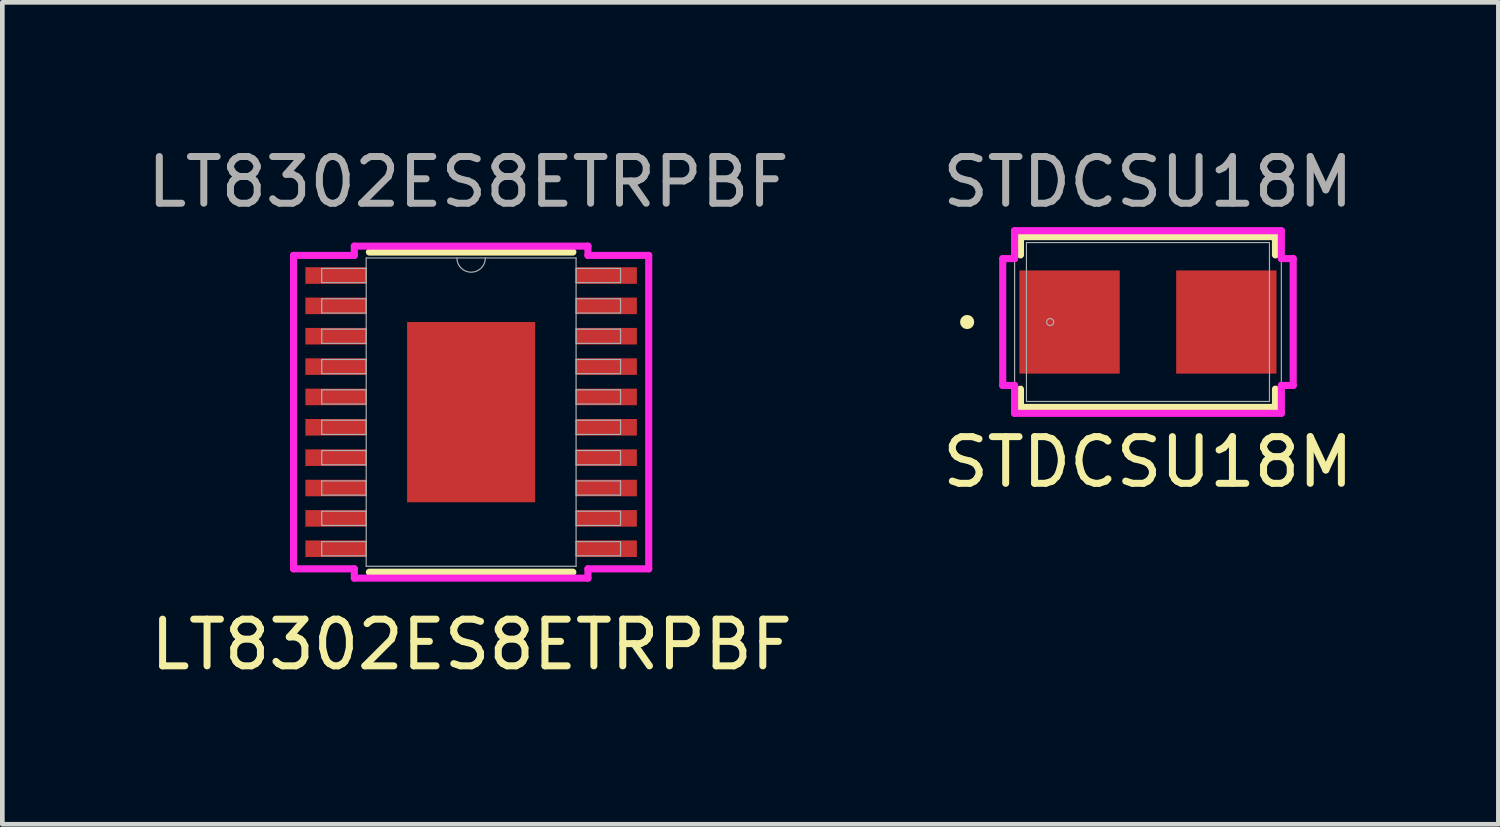
<source format=kicad_pcb>
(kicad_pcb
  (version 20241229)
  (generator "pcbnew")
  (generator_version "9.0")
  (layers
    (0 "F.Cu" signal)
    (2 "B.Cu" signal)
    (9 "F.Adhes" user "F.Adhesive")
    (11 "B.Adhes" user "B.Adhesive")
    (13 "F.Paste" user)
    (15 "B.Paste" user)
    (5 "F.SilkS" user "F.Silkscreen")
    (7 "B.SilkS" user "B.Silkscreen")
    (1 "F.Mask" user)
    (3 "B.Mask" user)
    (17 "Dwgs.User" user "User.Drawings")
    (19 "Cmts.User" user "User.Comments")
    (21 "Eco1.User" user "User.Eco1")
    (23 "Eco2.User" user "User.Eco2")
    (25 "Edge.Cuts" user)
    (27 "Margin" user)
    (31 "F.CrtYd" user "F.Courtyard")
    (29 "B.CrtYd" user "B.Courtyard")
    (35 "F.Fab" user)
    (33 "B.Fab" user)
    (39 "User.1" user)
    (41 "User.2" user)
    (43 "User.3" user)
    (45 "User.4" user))
  (footprint "STDCSU18M"
    (layer "F.Cu")
    (at 21.54 3.848)
    (property "Reference" "STDCSU18M" (at 0 3 0) (unlocked yes) (layer "F.SilkS") (effects (font (size 1 1) (thickness 0.15))))
    (attr smd)
    (fp_line (start -2.731 -1.829) (end -2.731 -1.438) (stroke (width 0.152) (type solid)) (layer "F.SilkS"))
    (fp_line (start -2.731 1.438) (end -2.731 1.829) (stroke (width 0.152) (type solid)) (layer "F.SilkS"))
    (fp_line (start -2.731 1.829) (end 2.731 1.829) (stroke (width 0.152) (type solid)) (layer "F.SilkS"))
    (fp_line (start 2.731 -1.829) (end -2.731 -1.829) (stroke (width 0.152) (type solid)) (layer "F.SilkS"))
    (fp_line (start 2.731 -1.438) (end 2.731 -1.829) (stroke (width 0.152) (type solid)) (layer "F.SilkS"))
    (fp_line (start 2.731 1.829) (end 2.731 1.438) (stroke (width 0.152) (type solid)) (layer "F.SilkS"))
    (fp_circle (center -3.873 0) (end -3.797 0) (stroke (width 0.152) (type solid)) (fill no) (layer "F.SilkS"))
    (fp_line (start -3.111 -1.359) (end -2.857 -1.359) (stroke (width 0.152) (type solid)) (layer "F.CrtYd"))
    (fp_line (start -3.111 1.359) (end -3.111 -1.359) (stroke (width 0.152) (type solid)) (layer "F.CrtYd"))
    (fp_line (start -2.857 -1.956) (end 2.857 -1.956) (stroke (width 0.152) (type solid)) (layer "F.CrtYd"))
    (fp_line (start -2.857 -1.359) (end -2.857 -1.956) (stroke (width 0.152) (type solid)) (layer "F.CrtYd"))
    (fp_line (start -2.857 1.359) (end -3.111 1.359) (stroke (width 0.152) (type solid)) (layer "F.CrtYd"))
    (fp_line (start -2.857 1.956) (end -2.857 1.359) (stroke (width 0.152) (type solid)) (layer "F.CrtYd"))
    (fp_line (start 2.857 -1.956) (end 2.857 -1.359) (stroke (width 0.152) (type solid)) (layer "F.CrtYd"))
    (fp_line (start 2.857 -1.359) (end 3.111 -1.359) (stroke (width 0.152) (type solid)) (layer "F.CrtYd"))
    (fp_line (start 2.857 1.359) (end 2.857 1.956) (stroke (width 0.152) (type solid)) (layer "F.CrtYd"))
    (fp_line (start 2.857 1.956) (end -2.857 1.956) (stroke (width 0.152) (type solid)) (layer "F.CrtYd"))
    (fp_line (start 3.111 -1.359) (end 3.111 1.359) (stroke (width 0.152) (type solid)) (layer "F.CrtYd"))
    (fp_line (start 3.111 1.359) (end 2.857 1.359) (stroke (width 0.152) (type solid)) (layer "F.CrtYd"))
    (fp_line (start -2.857 -1.956) (end 2.857 -1.956) (stroke (width 0.025) (type solid)) (layer "F.Fab"))
    (fp_line (start -2.857 1.956) (end -2.857 -1.956) (stroke (width 0.025) (type solid)) (layer "F.Fab"))
    (fp_line (start -2.603 -1.702) (end -2.603 1.702) (stroke (width 0.025) (type solid)) (layer "F.Fab"))
    (fp_line (start -2.603 1.702) (end 2.603 1.702) (stroke (width 0.025) (type solid)) (layer "F.Fab"))
    (fp_line (start 2.603 -1.702) (end -2.603 -1.702) (stroke (width 0.025) (type solid)) (layer "F.Fab"))
    (fp_line (start 2.603 1.702) (end 2.603 -1.702) (stroke (width 0.025) (type solid)) (layer "F.Fab"))
    (fp_line (start 2.857 -1.956) (end 2.857 1.956) (stroke (width 0.025) (type solid)) (layer "F.Fab"))
    (fp_line (start 2.857 1.956) (end -2.857 1.956) (stroke (width 0.025) (type solid)) (layer "F.Fab"))
    (fp_circle (center -2.095 0) (end -2.019 0) (stroke (width 0.025) (type solid)) (fill no) (layer "F.Fab"))
    (fp_text user "${REFERENCE}" (at 0 -3 0) (unlocked yes) (layer "F.Fab") (effects (font (size 1 1) (thickness 0.15))))
    (pad "1" smd rect (at -1.679 0 90) (size 2.21 2.149) (layers "F.Cu" "F.Mask" "F.Paste"))
    (pad "2" smd rect (at 1.679 0 90) (size 2.21 2.149) (layers "F.Cu" "F.Mask" "F.Paste")))
  (footprint "LT8302ES8ETRPBF"
    (layer "F.Cu")
    (at 7.042 5.778)
    (property "Reference" "LT8302ES8ETRPBF" (at 0.01 4.98 0) (unlocked yes) (layer "F.SilkS") (effects (font (size 1 1) (thickness 0.15))))
    (attr smd)
    (fp_line (start -2.179 3.429) (end 2.179 3.429) (stroke (width 0.152) (type solid)) (layer "F.SilkS"))
    (fp_line (start 2.179 -3.429) (end -2.179 -3.429) (stroke (width 0.152) (type solid)) (layer "F.SilkS"))
    (fp_poly (pts (xy -1.272 -1.83) (xy -1.272 -0.743) (xy -0.1 -0.743) (xy -0.1 -1.83)) (stroke (width 0) (type solid)) (fill yes) (layer "F.Paste"))
    (fp_poly (pts (xy -1.272 -0.543) (xy -1.272 0.543) (xy -0.1 0.543) (xy -0.1 -0.543)) (stroke (width 0) (type solid)) (fill yes) (layer "F.Paste"))
    (fp_poly (pts (xy -1.272 0.743) (xy -1.272 1.83) (xy -0.1 1.83) (xy -0.1 0.743)) (stroke (width 0) (type solid)) (fill yes) (layer "F.Paste"))
    (fp_poly (pts (xy 0.1 -1.83) (xy 0.1 -0.743) (xy 1.272 -0.743) (xy 1.272 -1.83)) (stroke (width 0) (type solid)) (fill yes) (layer "F.Paste"))
    (fp_poly (pts (xy 0.1 -0.543) (xy 0.1 0.543) (xy 1.272 0.543) (xy 1.272 -0.543)) (stroke (width 0) (type solid)) (fill yes) (layer "F.Paste"))
    (fp_poly (pts (xy 0.1 0.743) (xy 0.1 1.83) (xy 1.272 1.83) (xy 1.272 0.743)) (stroke (width 0) (type solid)) (fill yes) (layer "F.Paste"))
    (fp_line (start -3.804 -3.357) (end -2.502 -3.357) (stroke (width 0.152) (type solid)) (layer "F.CrtYd"))
    (fp_line (start -3.804 3.357) (end -3.804 -3.357) (stroke (width 0.152) (type solid)) (layer "F.CrtYd"))
    (fp_line (start -3.804 3.357) (end -2.502 3.357) (stroke (width 0.152) (type solid)) (layer "F.CrtYd"))
    (fp_line (start -2.502 -3.556) (end 2.502 -3.556) (stroke (width 0.152) (type solid)) (layer "F.CrtYd"))
    (fp_line (start -2.502 -3.357) (end -2.502 -3.556) (stroke (width 0.152) (type solid)) (layer "F.CrtYd"))
    (fp_line (start -2.502 3.556) (end -2.502 3.357) (stroke (width 0.152) (type solid)) (layer "F.CrtYd"))
    (fp_line (start 2.502 -3.556) (end 2.502 -3.357) (stroke (width 0.152) (type solid)) (layer "F.CrtYd"))
    (fp_line (start 2.502 3.357) (end 2.502 3.556) (stroke (width 0.152) (type solid)) (layer "F.CrtYd"))
    (fp_line (start 2.502 3.556) (end -2.502 3.556) (stroke (width 0.152) (type solid)) (layer "F.CrtYd"))
    (fp_line (start 3.804 -3.357) (end 2.502 -3.357) (stroke (width 0.152) (type solid)) (layer "F.CrtYd"))
    (fp_line (start 3.804 -3.357) (end 3.804 3.357) (stroke (width 0.152) (type solid)) (layer "F.CrtYd"))
    (fp_line (start 3.804 3.357) (end 2.502 3.357) (stroke (width 0.152) (type solid)) (layer "F.CrtYd"))
    (fp_line (start -3.2 -3.078) (end -3.2 -2.774) (stroke (width 0.025) (type solid)) (layer "F.Fab"))
    (fp_line (start -3.2 -2.774) (end -2.248 -2.774) (stroke (width 0.025) (type solid)) (layer "F.Fab"))
    (fp_line (start -3.2 -2.428) (end -3.2 -2.123) (stroke (width 0.025) (type solid)) (layer "F.Fab"))
    (fp_line (start -3.2 -2.123) (end -2.248 -2.123) (stroke (width 0.025) (type solid)) (layer "F.Fab"))
    (fp_line (start -3.2 -1.778) (end -3.2 -1.473) (stroke (width 0.025) (type solid)) (layer "F.Fab"))
    (fp_line (start -3.2 -1.473) (end -2.248 -1.473) (stroke (width 0.025) (type solid)) (layer "F.Fab"))
    (fp_line (start -3.2 -1.128) (end -3.2 -0.823) (stroke (width 0.025) (type solid)) (layer "F.Fab"))
    (fp_line (start -3.2 -0.823) (end -2.248 -0.823) (stroke (width 0.025) (type solid)) (layer "F.Fab"))
    (fp_line (start -3.2 -0.478) (end -3.2 -0.173) (stroke (width 0.025) (type solid)) (layer "F.Fab"))
    (fp_line (start -3.2 -0.173) (end -2.248 -0.173) (stroke (width 0.025) (type solid)) (layer "F.Fab"))
    (fp_line (start -3.2 0.173) (end -3.2 0.478) (stroke (width 0.025) (type solid)) (layer "F.Fab"))
    (fp_line (start -3.2 0.478) (end -2.248 0.478) (stroke (width 0.025) (type solid)) (layer "F.Fab"))
    (fp_line (start -3.2 0.823) (end -3.2 1.128) (stroke (width 0.025) (type solid)) (layer "F.Fab"))
    (fp_line (start -3.2 1.128) (end -2.248 1.128) (stroke (width 0.025) (type solid)) (layer "F.Fab"))
    (fp_line (start -3.2 1.473) (end -3.2 1.778) (stroke (width 0.025) (type solid)) (layer "F.Fab"))
    (fp_line (start -3.2 1.778) (end -2.248 1.778) (stroke (width 0.025) (type solid)) (layer "F.Fab"))
    (fp_line (start -3.2 2.123) (end -3.2 2.428) (stroke (width 0.025) (type solid)) (layer "F.Fab"))
    (fp_line (start -3.2 2.428) (end -2.248 2.428) (stroke (width 0.025) (type solid)) (layer "F.Fab"))
    (fp_line (start -3.2 2.774) (end -3.2 3.078) (stroke (width 0.025) (type solid)) (layer "F.Fab"))
    (fp_line (start -3.2 3.078) (end -2.248 3.078) (stroke (width 0.025) (type solid)) (layer "F.Fab"))
    (fp_line (start -2.248 -3.302) (end -2.248 3.302) (stroke (width 0.025) (type solid)) (layer "F.Fab"))
    (fp_line (start -2.248 -3.078) (end -3.2 -3.078) (stroke (width 0.025) (type solid)) (layer "F.Fab"))
    (fp_line (start -2.248 -2.774) (end -2.248 -3.078) (stroke (width 0.025) (type solid)) (layer "F.Fab"))
    (fp_line (start -2.248 -2.428) (end -3.2 -2.428) (stroke (width 0.025) (type solid)) (layer "F.Fab"))
    (fp_line (start -2.248 -2.123) (end -2.248 -2.428) (stroke (width 0.025) (type solid)) (layer "F.Fab"))
    (fp_line (start -2.248 -1.778) (end -3.2 -1.778) (stroke (width 0.025) (type solid)) (layer "F.Fab"))
    (fp_line (start -2.248 -1.473) (end -2.248 -1.778) (stroke (width 0.025) (type solid)) (layer "F.Fab"))
    (fp_line (start -2.248 -1.128) (end -3.2 -1.128) (stroke (width 0.025) (type solid)) (layer "F.Fab"))
    (fp_line (start -2.248 -0.823) (end -2.248 -1.128) (stroke (width 0.025) (type solid)) (layer "F.Fab"))
    (fp_line (start -2.248 -0.478) (end -3.2 -0.478) (stroke (width 0.025) (type solid)) (layer "F.Fab"))
    (fp_line (start -2.248 -0.173) (end -2.248 -0.478) (stroke (width 0.025) (type solid)) (layer "F.Fab"))
    (fp_line (start -2.248 0.173) (end -3.2 0.173) (stroke (width 0.025) (type solid)) (layer "F.Fab"))
    (fp_line (start -2.248 0.478) (end -2.248 0.173) (stroke (width 0.025) (type solid)) (layer "F.Fab"))
    (fp_line (start -2.248 0.823) (end -3.2 0.823) (stroke (width 0.025) (type solid)) (layer "F.Fab"))
    (fp_line (start -2.248 1.128) (end -2.248 0.823) (stroke (width 0.025) (type solid)) (layer "F.Fab"))
    (fp_line (start -2.248 1.473) (end -3.2 1.473) (stroke (width 0.025) (type solid)) (layer "F.Fab"))
    (fp_line (start -2.248 1.778) (end -2.248 1.473) (stroke (width 0.025) (type solid)) (layer "F.Fab"))
    (fp_line (start -2.248 2.123) (end -3.2 2.123) (stroke (width 0.025) (type solid)) (layer "F.Fab"))
    (fp_line (start -2.248 2.428) (end -2.248 2.123) (stroke (width 0.025) (type solid)) (layer "F.Fab"))
    (fp_line (start -2.248 2.774) (end -3.2 2.774) (stroke (width 0.025) (type solid)) (layer "F.Fab"))
    (fp_line (start -2.248 3.078) (end -2.248 2.774) (stroke (width 0.025) (type solid)) (layer "F.Fab"))
    (fp_line (start -2.248 3.302) (end 2.248 3.302) (stroke (width 0.025) (type solid)) (layer "F.Fab"))
    (fp_line (start 2.248 -3.302) (end -2.248 -3.302) (stroke (width 0.025) (type solid)) (layer "F.Fab"))
    (fp_line (start 2.248 -3.078) (end 2.248 -2.774) (stroke (width 0.025) (type solid)) (layer "F.Fab"))
    (fp_line (start 2.248 -2.774) (end 3.2 -2.774) (stroke (width 0.025) (type solid)) (layer "F.Fab"))
    (fp_line (start 2.248 -2.428) (end 2.248 -2.123) (stroke (width 0.025) (type solid)) (layer "F.Fab"))
    (fp_line (start 2.248 -2.123) (end 3.2 -2.123) (stroke (width 0.025) (type solid)) (layer "F.Fab"))
    (fp_line (start 2.248 -1.778) (end 2.248 -1.473) (stroke (width 0.025) (type solid)) (layer "F.Fab"))
    (fp_line (start 2.248 -1.473) (end 3.2 -1.473) (stroke (width 0.025) (type solid)) (layer "F.Fab"))
    (fp_line (start 2.248 -1.128) (end 2.248 -0.823) (stroke (width 0.025) (type solid)) (layer "F.Fab"))
    (fp_line (start 2.248 -0.823) (end 3.2 -0.823) (stroke (width 0.025) (type solid)) (layer "F.Fab"))
    (fp_line (start 2.248 -0.478) (end 2.248 -0.173) (stroke (width 0.025) (type solid)) (layer "F.Fab"))
    (fp_line (start 2.248 -0.173) (end 3.2 -0.173) (stroke (width 0.025) (type solid)) (layer "F.Fab"))
    (fp_line (start 2.248 0.173) (end 2.248 0.478) (stroke (width 0.025) (type solid)) (layer "F.Fab"))
    (fp_line (start 2.248 0.478) (end 3.2 0.478) (stroke (width 0.025) (type solid)) (layer "F.Fab"))
    (fp_line (start 2.248 0.823) (end 2.248 1.128) (stroke (width 0.025) (type solid)) (layer "F.Fab"))
    (fp_line (start 2.248 1.128) (end 3.2 1.128) (stroke (width 0.025) (type solid)) (layer "F.Fab"))
    (fp_line (start 2.248 1.473) (end 2.248 1.778) (stroke (width 0.025) (type solid)) (layer "F.Fab"))
    (fp_line (start 2.248 1.778) (end 3.2 1.778) (stroke (width 0.025) (type solid)) (layer "F.Fab"))
    (fp_line (start 2.248 2.123) (end 2.248 2.428) (stroke (width 0.025) (type solid)) (layer "F.Fab"))
    (fp_line (start 2.248 2.428) (end 3.2 2.428) (stroke (width 0.025) (type solid)) (layer "F.Fab"))
    (fp_line (start 2.248 2.774) (end 2.248 3.078) (stroke (width 0.025) (type solid)) (layer "F.Fab"))
    (fp_line (start 2.248 3.078) (end 3.2 3.078) (stroke (width 0.025) (type solid)) (layer "F.Fab"))
    (fp_line (start 2.248 3.302) (end 2.248 -3.302) (stroke (width 0.025) (type solid)) (layer "F.Fab"))
    (fp_line (start 3.2 -3.078) (end 2.248 -3.078) (stroke (width 0.025) (type solid)) (layer "F.Fab"))
    (fp_line (start 3.2 -2.774) (end 3.2 -3.078) (stroke (width 0.025) (type solid)) (layer "F.Fab"))
    (fp_line (start 3.2 -2.428) (end 2.248 -2.428) (stroke (width 0.025) (type solid)) (layer "F.Fab"))
    (fp_line (start 3.2 -2.123) (end 3.2 -2.428) (stroke (width 0.025) (type solid)) (layer "F.Fab"))
    (fp_line (start 3.2 -1.778) (end 2.248 -1.778) (stroke (width 0.025) (type solid)) (layer "F.Fab"))
    (fp_line (start 3.2 -1.473) (end 3.2 -1.778) (stroke (width 0.025) (type solid)) (layer "F.Fab"))
    (fp_line (start 3.2 -1.128) (end 2.248 -1.128) (stroke (width 0.025) (type solid)) (layer "F.Fab"))
    (fp_line (start 3.2 -0.823) (end 3.2 -1.128) (stroke (width 0.025) (type solid)) (layer "F.Fab"))
    (fp_line (start 3.2 -0.478) (end 2.248 -0.478) (stroke (width 0.025) (type solid)) (layer "F.Fab"))
    (fp_line (start 3.2 -0.173) (end 3.2 -0.478) (stroke (width 0.025) (type solid)) (layer "F.Fab"))
    (fp_line (start 3.2 0.173) (end 2.248 0.173) (stroke (width 0.025) (type solid)) (layer "F.Fab"))
    (fp_line (start 3.2 0.478) (end 3.2 0.173) (stroke (width 0.025) (type solid)) (layer "F.Fab"))
    (fp_line (start 3.2 0.823) (end 2.248 0.823) (stroke (width 0.025) (type solid)) (layer "F.Fab"))
    (fp_line (start 3.2 1.128) (end 3.2 0.823) (stroke (width 0.025) (type solid)) (layer "F.Fab"))
    (fp_line (start 3.2 1.473) (end 2.248 1.473) (stroke (width 0.025) (type solid)) (layer "F.Fab"))
    (fp_line (start 3.2 1.778) (end 3.2 1.473) (stroke (width 0.025) (type solid)) (layer "F.Fab"))
    (fp_line (start 3.2 2.123) (end 2.248 2.123) (stroke (width 0.025) (type solid)) (layer "F.Fab"))
    (fp_line (start 3.2 2.428) (end 3.2 2.123) (stroke (width 0.025) (type solid)) (layer "F.Fab"))
    (fp_line (start 3.2 2.774) (end 2.248 2.774) (stroke (width 0.025) (type solid)) (layer "F.Fab"))
    (fp_line (start 3.2 3.078) (end 3.2 2.774) (stroke (width 0.025) (type solid)) (layer "F.Fab"))
    (fp_arc (start 0.3048 -3.302) (mid 0 -2.9972) (end -0.3048 -3.302) (stroke (width 0.0254) (type solid)) (layer "F.Fab"))
    (fp_text user "${REFERENCE}" (at -0.06 -4.93 0) (unlocked yes) (layer "F.Fab") (effects (font (size 1 1) (thickness 0.15))))
    (pad "1" smd rect (at -2.899 -2.926) (size 1.302 0.355) (layers "F.Cu" "F.Mask" "F.Paste"))
    (pad "2" smd rect (at -2.899 -2.276) (size 1.302 0.355) (layers "F.Cu" "F.Mask" "F.Paste"))
    (pad "3" smd rect (at -2.899 -1.626) (size 1.302 0.355) (layers "F.Cu" "F.Mask" "F.Paste"))
    (pad "4" smd rect (at -2.899 -0.975) (size 1.302 0.355) (layers "F.Cu" "F.Mask" "F.Paste"))
    (pad "5" smd rect (at -2.899 -0.325) (size 1.302 0.355) (layers "F.Cu" "F.Mask" "F.Paste"))
    (pad "6" smd rect (at -2.899 0.325) (size 1.302 0.355) (layers "F.Cu" "F.Mask" "F.Paste"))
    (pad "7" smd rect (at -2.899 0.975) (size 1.302 0.355) (layers "F.Cu" "F.Mask" "F.Paste"))
    (pad "8" smd rect (at -2.899 1.626) (size 1.302 0.355) (layers "F.Cu" "F.Mask" "F.Paste"))
    (pad "9" smd rect (at -2.899 2.276) (size 1.302 0.355) (layers "F.Cu" "F.Mask" "F.Paste"))
    (pad "10" smd rect (at -2.899 2.926) (size 1.302 0.355) (layers "F.Cu" "F.Mask" "F.Paste"))
    (pad "11" smd rect (at 2.899 2.926) (size 1.302 0.355) (layers "F.Cu" "F.Mask" "F.Paste"))
    (pad "12" smd rect (at 2.899 2.276) (size 1.302 0.355) (layers "F.Cu" "F.Mask" "F.Paste"))
    (pad "13" smd rect (at 2.899 1.626) (size 1.302 0.355) (layers "F.Cu" "F.Mask" "F.Paste"))
    (pad "14" smd rect (at 2.899 0.975) (size 1.302 0.355) (layers "F.Cu" "F.Mask" "F.Paste"))
    (pad "15" smd rect (at 2.899 0.325) (size 1.302 0.355) (layers "F.Cu" "F.Mask" "F.Paste"))
    (pad "16" smd rect (at 2.899 -0.325) (size 1.302 0.355) (layers "F.Cu" "F.Mask" "F.Paste"))
    (pad "17" smd rect (at 2.899 -0.975) (size 1.302 0.355) (layers "F.Cu" "F.Mask" "F.Paste"))
    (pad "18" smd rect (at 2.899 -1.626) (size 1.302 0.355) (layers "F.Cu" "F.Mask" "F.Paste"))
    (pad "19" smd rect (at 2.899 -2.276) (size 1.302 0.355) (layers "F.Cu" "F.Mask" "F.Paste"))
    (pad "20" smd rect (at 2.899 -2.926) (size 1.302 0.355) (layers "F.Cu" "F.Mask" "F.Paste"))
    (pad "EPAD" smd rect (at 0 0) (size 2.743 3.861) (layers "F.Cu" "F.Mask")))
  (gr_rect
    (start -3 -3)
    (end 29.046 14.607)
    (stroke (width 0.1) (type default))
    (fill no)
    (layer "Edge.Cuts")))
</source>
